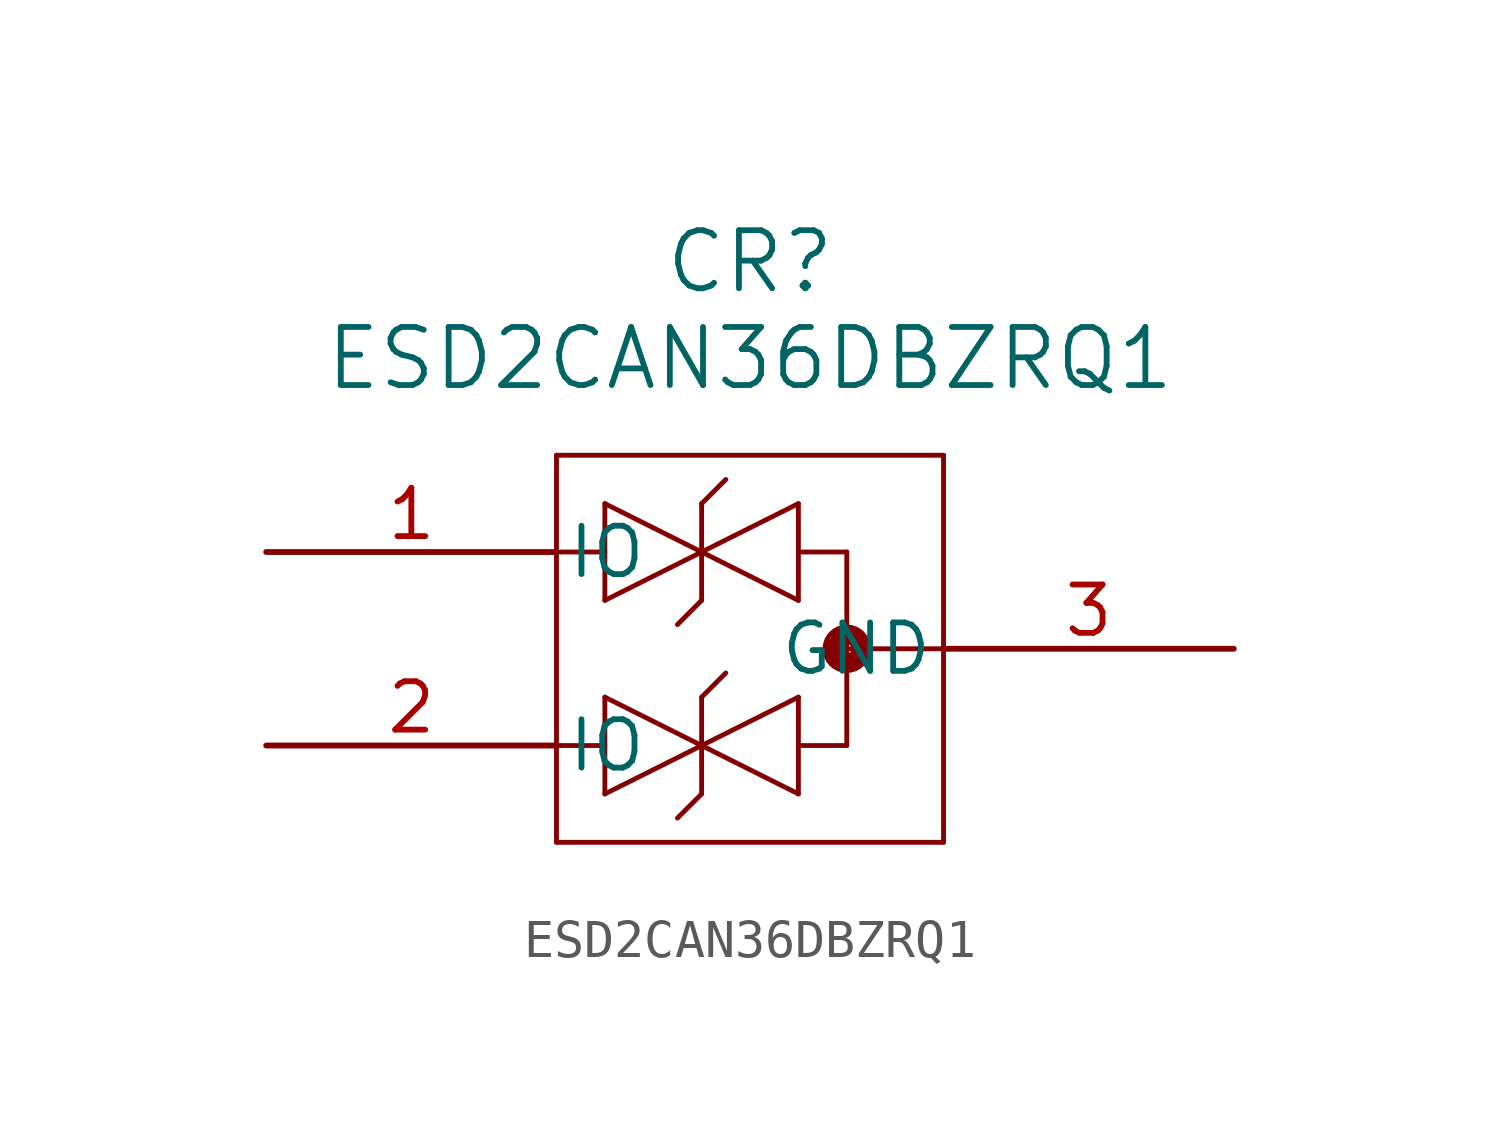
<source format=kicad_sym>
(kicad_symbol_lib
  (version 20211014)
  (generator kicad_symbol_editor)
  (symbol "ESD2CAN36DBZRQ1"
    (pin_names
      (offset 0.254))
    (property "Reference" "CR"
      (at 12.7 7.62 0)
      (effects (font (size 1.524 1.524))))
    (property "Value" "ESD2CAN36DBZRQ1"
      (at 12.7 5.08 0)
      (effects (font (size 1.524 1.524))))
    (symbol "ESD2CAN36DBZRQ1_0_1"
      (polyline (pts (xy 7.62 2.54) (xy 7.62 -7.62)) (stroke (width 0.127) (type default) (color 0 0 0 0)) (fill (type none)))
      (polyline (pts (xy 7.62 -7.62) (xy 17.78 -7.62)) (stroke (width 0.127) (type default) (color 0 0 0 0)) (fill (type none)))
      (polyline (pts (xy 17.78 -7.62) (xy 17.78 2.54)) (stroke (width 0.127) (type default) (color 0 0 0 0)) (fill (type none)))
      (polyline (pts (xy 17.78 2.54) (xy 7.62 2.54)) (stroke (width 0.127) (type default) (color 0 0 0 0)) (fill (type none)))
      (polyline (pts (xy 7.62 0) (xy 8.89 0)) (stroke (width 0.127) (type default) (color 0 0 0 0)) (fill (type none)))
      (polyline (pts (xy 7.62 -5.08) (xy 8.89 -5.08)) (stroke (width 0.127) (type default) (color 0 0 0 0)) (fill (type none)))
      (polyline (pts (xy 8.89 1.27) (xy 8.89 -1.27)) (stroke (width 0.127) (type default) (color 0 0 0 0)) (fill (type none)))
      (polyline (pts (xy 8.89 1.27) (xy 13.97 -1.27)) (stroke (width 0.127) (type default) (color 0 0 0 0)) (fill (type none)))
      (polyline (pts (xy 8.89 -1.27) (xy 13.97 1.27)) (stroke (width 0.127) (type default) (color 0 0 0 0)) (fill (type none)))
      (polyline (pts (xy 13.97 1.27) (xy 13.97 -1.27)) (stroke (width 0.127) (type default) (color 0 0 0 0)) (fill (type none)))
      (polyline (pts (xy 11.43 1.27) (xy 11.43 -1.27)) (stroke (width 0.127) (type default) (color 0 0 0 0)) (fill (type none)))
      (polyline (pts (xy 13.97 0) (xy 15.24 0)) (stroke (width 0.127) (type default) (color 0 0 0 0)) (fill (type none)))
      (polyline (pts (xy 15.24 0) (xy 15.24 -5.08)) (stroke (width 0.127) (type default) (color 0 0 0 0)) (fill (type none)))
      (polyline (pts (xy 8.89 -3.81) (xy 8.89 -6.35)) (stroke (width 0.127) (type default) (color 0 0 0 0)) (fill (type none)))
      (polyline (pts (xy 8.89 -3.81) (xy 13.97 -6.35)) (stroke (width 0.127) (type default) (color 0 0 0 0)) (fill (type none)))
      (polyline (pts (xy 8.89 -6.35) (xy 13.97 -3.81)) (stroke (width 0.127) (type default) (color 0 0 0 0)) (fill (type none)))
      (polyline (pts (xy 13.97 -3.81) (xy 13.97 -6.35)) (stroke (width 0.127) (type default) (color 0 0 0 0)) (fill (type none)))
      (polyline (pts (xy 11.43 -3.81) (xy 11.43 -6.35)) (stroke (width 0.127) (type default) (color 0 0 0 0)) (fill (type none)))
      (polyline (pts (xy 13.97 -5.08) (xy 15.24 -5.08)) (stroke (width 0.127) (type default) (color 0 0 0 0)) (fill (type none)))
      (polyline (pts (xy 15.24 -2.54) (xy 17.78 -2.54)) (stroke (width 0.127) (type default) (color 0 0 0 0)) (fill (type none)))
      (circle (center 15.24 -2.54) (radius 0.127) (stroke (width 0.508) (type default) (color 0 0 0 0)) (fill (type none)))
      (polyline (pts (xy 11.43 1.27) (xy 12.065 1.905)) (stroke (width 0.127) (type default) (color 0 0 0 0)) (fill (type none)))
      (polyline (pts (xy 11.43 -1.27) (xy 10.795 -1.905)) (stroke (width 0.127) (type default) (color 0 0 0 0)) (fill (type none)))
      (polyline (pts (xy 11.43 -3.81) (xy 12.065 -3.175)) (stroke (width 0.127) (type default) (color 0 0 0 0)) (fill (type none)))
      (polyline (pts (xy 11.43 -6.35) (xy 10.795 -6.985)) (stroke (width 0.127) (type default) (color 0 0 0 0)) (fill (type none)))
      (pin bidirectional line (at 0 0 0) (length 7.62) (name "IO" (effects (font (size 1.27 1.27)))) (number "1" (effects (font (size 1.27 1.27)))))
      (pin bidirectional line (at 0 -5.08 0) (length 7.62) (name "IO" (effects (font (size 1.27 1.27)))) (number "2" (effects (font (size 1.27 1.27)))))
      (pin power_out line (at 25.4 -2.54 180) (length 7.62) (name "GND" (effects (font (size 1.27 1.27)))) (number "3" (effects (font (size 1.27 1.27))))))))
</source>
